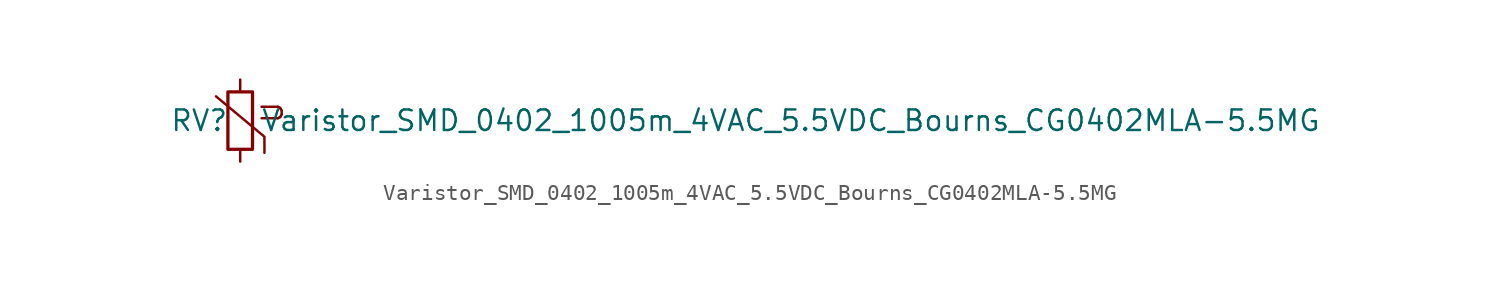
<source format=kicad_sym>
(kicad_symbol_lib
  (version 20211014)
  (generator kicad_symbol_editor)
  (symbol "Varistor_SMD_0402_1005m_4VAC_5.5VDC_Bourns_CG0402MLA-5.5MG"
    (pin_numbers hide)
    (pin_names
      (offset 1.27) hide)
    (property "Reference" "RV"
      (at -2.54 0 0)
      (effects (font (size 1.27 1.27))))
    (property "Value" "Varistor_SMD_0402_1005m_4VAC_5.5VDC_Bourns_CG0402MLA-5.5MG"
      (at 1.27 0 0)
      (effects (font (size 1.27 1.27)) (justify left)))
    (symbol "Varistor_SMD_0402_1005m_4VAC_5.5VDC_Bourns_CG0402MLA-5.5MG_0_0"
      (text "U" (at 2 0.5 900) (effects (font (size 1.245 1.245)))))
    (symbol "Varistor_SMD_0402_1005m_4VAC_5.5VDC_Bourns_CG0402MLA-5.5MG_0_1"
      (polyline (pts (xy 1.5 -2) (xy 1.5 -1) (xy -1.5 1.5)) (stroke (width 0.152) (type default) (color 0 0 0 0)) (fill (type none))))
    (symbol "Varistor_SMD_0402_1005m_4VAC_5.5VDC_Bourns_CG0402MLA-5.5MG_1_1"
      (rectangle (start -0.762 1.778) (end 0.762 -1.778) (stroke (width 0.203) (type default) (color 0 0 0 0)) (fill (type none)))
      (pin passive line (at 0 2.54 270) (length 0.762) (name "~" (effects (font (size 1.27 1.27)))) (number "1" (effects (font (size 1.27 1.27)))))
      (pin passive line (at 0 -2.54 90) (length 0.762) (name "~" (effects (font (size 1.27 1.27)))) (number "2" (effects (font (size 1.27 1.27))))))))
</source>
